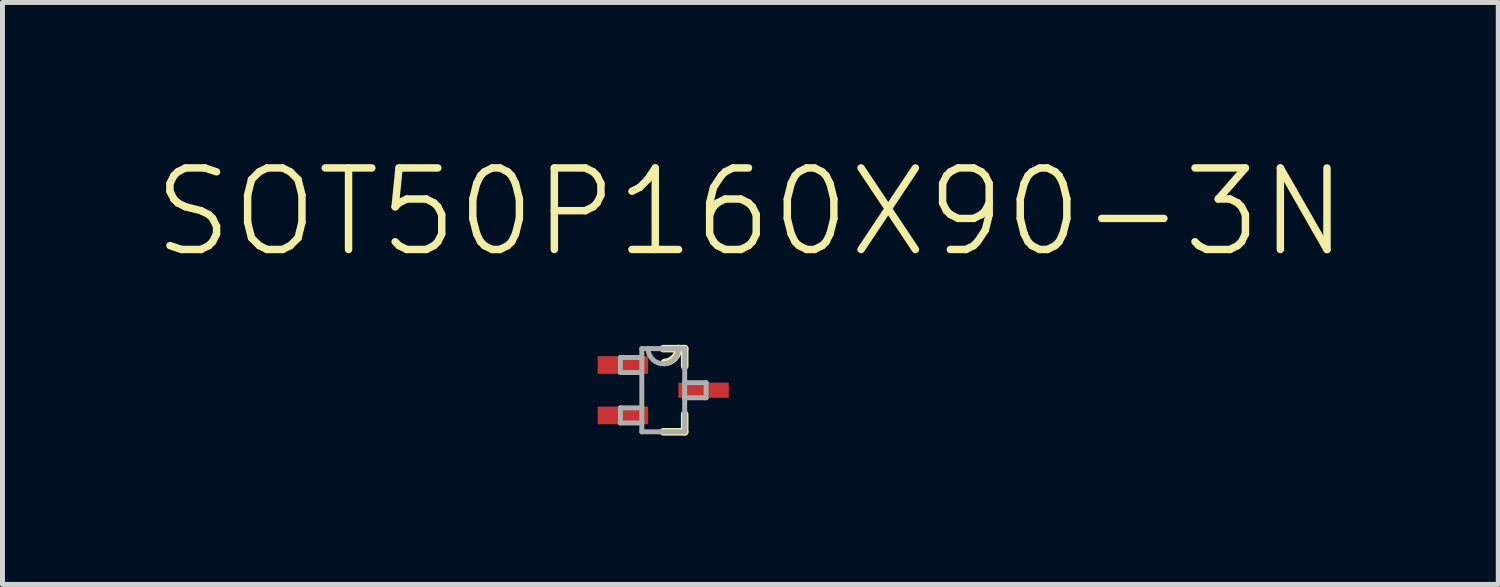
<source format=kicad_pcb>
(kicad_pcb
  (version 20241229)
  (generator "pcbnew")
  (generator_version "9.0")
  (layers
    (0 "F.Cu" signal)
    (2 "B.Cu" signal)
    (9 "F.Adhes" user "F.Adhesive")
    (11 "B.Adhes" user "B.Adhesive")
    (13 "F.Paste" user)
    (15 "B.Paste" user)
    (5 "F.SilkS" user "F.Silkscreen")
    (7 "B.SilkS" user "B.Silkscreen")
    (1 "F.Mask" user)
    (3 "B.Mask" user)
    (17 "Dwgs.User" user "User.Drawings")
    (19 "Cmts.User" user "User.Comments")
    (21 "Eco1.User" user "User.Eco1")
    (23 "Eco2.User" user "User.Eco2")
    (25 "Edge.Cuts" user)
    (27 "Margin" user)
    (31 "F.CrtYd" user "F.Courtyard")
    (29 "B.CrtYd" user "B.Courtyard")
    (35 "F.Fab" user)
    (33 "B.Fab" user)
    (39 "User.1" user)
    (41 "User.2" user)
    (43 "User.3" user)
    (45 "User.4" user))
  (footprint "SOT50P160X90-3N"
    (layer "F.Cu")
    (at 10.315 4.813)
    (property "Reference" "SOT50P160X90-3N" (at 1.756 -3.588 0) (layer "F.SilkS") (effects (font (size 1.643 1.643) (thickness 0.15))))
    (attr smd)
    (fp_line (start 0 0.838) (end 0.432 0.838) (stroke (width 0.152) (type solid)) (layer "F.SilkS"))
    (fp_line (start 0.305 -0.838) (end 0 -0.838) (stroke (width 0.152) (type solid)) (layer "F.SilkS"))
    (fp_line (start 0.432 -0.838) (end 0.305 -0.838) (stroke (width 0.152) (type solid)) (layer "F.SilkS"))
    (fp_line (start 0.432 -0.483) (end 0.432 -0.838) (stroke (width 0.152) (type solid)) (layer "F.SilkS"))
    (fp_line (start 0.432 0.838) (end 0.432 0.483) (stroke (width 0.152) (type solid)) (layer "F.SilkS"))
    (fp_arc (start 0.3048 -0.8382) (mid 0.218028 -0.645572) (end 0.0254 -0.5588) (stroke (width 0.1524) (type solid)) (layer "F.SilkS"))
    (fp_line (start -0.864 -0.66) (end -0.864 -0.356) (stroke (width 0.1) (type solid)) (layer "F.Fab"))
    (fp_line (start -0.864 -0.356) (end -0.432 -0.356) (stroke (width 0.1) (type solid)) (layer "F.Fab"))
    (fp_line (start -0.864 0.356) (end -0.864 0.66) (stroke (width 0.1) (type solid)) (layer "F.Fab"))
    (fp_line (start -0.864 0.66) (end -0.432 0.66) (stroke (width 0.1) (type solid)) (layer "F.Fab"))
    (fp_line (start -0.432 -0.838) (end -0.432 -0.66) (stroke (width 0.1) (type solid)) (layer "F.Fab"))
    (fp_line (start -0.432 -0.66) (end -0.864 -0.66) (stroke (width 0.1) (type solid)) (layer "F.Fab"))
    (fp_line (start -0.432 -0.66) (end -0.432 -0.356) (stroke (width 0.1) (type solid)) (layer "F.Fab"))
    (fp_line (start -0.432 -0.356) (end -0.432 0.356) (stroke (width 0.1) (type solid)) (layer "F.Fab"))
    (fp_line (start -0.432 0.356) (end -0.864 0.356) (stroke (width 0.1) (type solid)) (layer "F.Fab"))
    (fp_line (start -0.432 0.66) (end -0.432 0.356) (stroke (width 0.1) (type solid)) (layer "F.Fab"))
    (fp_line (start -0.432 0.838) (end -0.432 0.66) (stroke (width 0.1) (type solid)) (layer "F.Fab"))
    (fp_line (start -0.432 0.838) (end 0.432 0.838) (stroke (width 0.1) (type solid)) (layer "F.Fab"))
    (fp_line (start -0.305 -0.838) (end -0.432 -0.838) (stroke (width 0.1) (type solid)) (layer "F.Fab"))
    (fp_line (start 0.305 -0.838) (end -0.305 -0.838) (stroke (width 0.1) (type solid)) (layer "F.Fab"))
    (fp_line (start 0.432 -0.838) (end 0.305 -0.838) (stroke (width 0.1) (type solid)) (layer "F.Fab"))
    (fp_line (start 0.432 -0.152) (end 0.432 -0.838) (stroke (width 0.1) (type solid)) (layer "F.Fab"))
    (fp_line (start 0.432 0.152) (end 0.432 -0.152) (stroke (width 0.1) (type solid)) (layer "F.Fab"))
    (fp_line (start 0.432 0.152) (end 0.864 0.152) (stroke (width 0.1) (type solid)) (layer "F.Fab"))
    (fp_line (start 0.432 0.838) (end 0.432 0.152) (stroke (width 0.1) (type solid)) (layer "F.Fab"))
    (fp_line (start 0.864 -0.152) (end 0.432 -0.152) (stroke (width 0.1) (type solid)) (layer "F.Fab"))
    (fp_line (start 0.864 0.152) (end 0.864 -0.152) (stroke (width 0.1) (type solid)) (layer "F.Fab"))
    (fp_arc (start 0.3048 -0.8382) (mid 0 -0.5334) (end -0.3048 -0.8382) (stroke (width 0.1) (type solid)) (layer "F.Fab"))
    (pad "1" smd rect (at -0.813 -0.508) (size 1.016 0.356) (layers "F.Cu" "F.Mask" "F.Paste"))
    (pad "2" smd rect (at -0.813 0.508) (size 1.016 0.356) (layers "F.Cu" "F.Mask" "F.Paste"))
    (pad "3" smd rect (at 0.813 0) (size 1.016 0.305) (layers "F.Cu" "F.Mask" "F.Paste")))
  (gr_rect
    (start -3 -3)
    (end 27.141 8.727)
    (stroke (width 0.1) (type default))
    (fill no)
    (layer "Edge.Cuts")))
</source>
